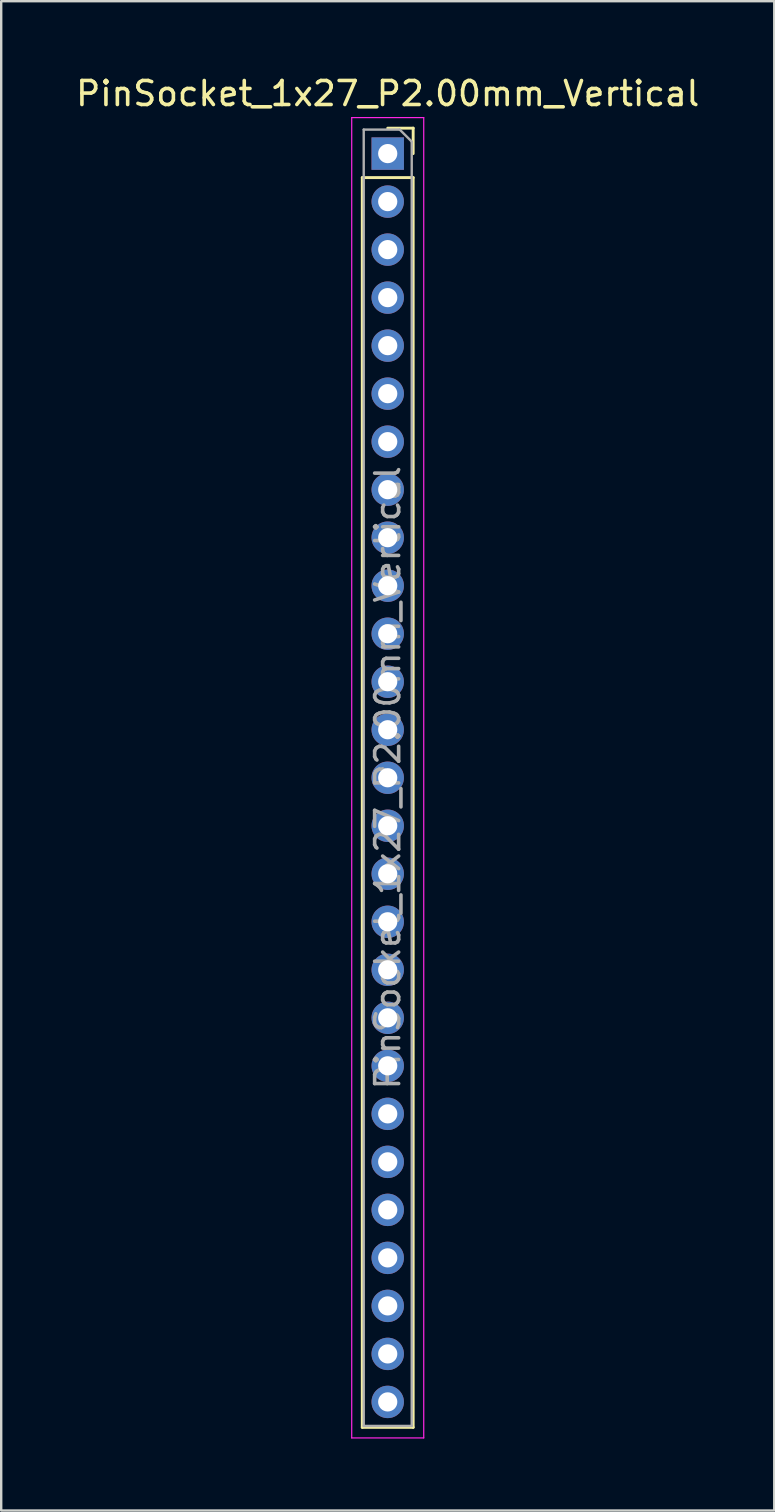
<source format=kicad_pcb>
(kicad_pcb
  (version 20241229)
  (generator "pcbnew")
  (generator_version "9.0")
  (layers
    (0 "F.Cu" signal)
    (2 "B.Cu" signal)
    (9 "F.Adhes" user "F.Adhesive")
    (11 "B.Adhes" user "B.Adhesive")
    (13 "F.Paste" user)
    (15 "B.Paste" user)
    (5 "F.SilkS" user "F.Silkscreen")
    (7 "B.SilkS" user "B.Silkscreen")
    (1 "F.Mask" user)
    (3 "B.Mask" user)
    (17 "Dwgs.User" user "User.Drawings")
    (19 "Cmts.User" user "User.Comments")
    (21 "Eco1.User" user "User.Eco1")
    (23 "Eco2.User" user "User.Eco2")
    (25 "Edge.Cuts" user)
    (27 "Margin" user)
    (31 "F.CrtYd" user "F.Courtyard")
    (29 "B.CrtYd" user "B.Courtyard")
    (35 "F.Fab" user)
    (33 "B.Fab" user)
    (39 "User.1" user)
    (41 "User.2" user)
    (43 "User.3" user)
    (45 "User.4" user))
  (footprint "PinSocket_1x27_P2.00mm_Vertical"
    (layer "F.Cu")
    (at 13.101 3.348)
    (property "Reference" "PinSocket_1x27_P2.00mm_Vertical" (at 0 -2.5 0) (layer "F.SilkS") (effects (font (size 1 1) (thickness 0.15))))
    (attr through_hole)
    (fp_line (start -1.06 1) (end -1.06 53.06) (stroke (width 0.12) (type solid)) (layer "F.SilkS"))
    (fp_line (start -1.06 1) (end 1.06 1) (stroke (width 0.12) (type solid)) (layer "F.SilkS"))
    (fp_line (start -1.06 53.06) (end 1.06 53.06) (stroke (width 0.12) (type solid)) (layer "F.SilkS"))
    (fp_line (start 0 -1.06) (end 1.06 -1.06) (stroke (width 0.12) (type solid)) (layer "F.SilkS"))
    (fp_line (start 1.06 -1.06) (end 1.06 0) (stroke (width 0.12) (type solid)) (layer "F.SilkS"))
    (fp_line (start 1.06 1) (end 1.06 53.06) (stroke (width 0.12) (type solid)) (layer "F.SilkS"))
    (fp_line (start -1.5 -1.5) (end 1.5 -1.5) (stroke (width 0.05) (type solid)) (layer "F.CrtYd"))
    (fp_line (start -1.5 53.5) (end -1.5 -1.5) (stroke (width 0.05) (type solid)) (layer "F.CrtYd"))
    (fp_line (start 1.5 -1.5) (end 1.5 53.5) (stroke (width 0.05) (type solid)) (layer "F.CrtYd"))
    (fp_line (start 1.5 53.5) (end -1.5 53.5) (stroke (width 0.05) (type solid)) (layer "F.CrtYd"))
    (fp_line (start -1 -1) (end 0.5 -1) (stroke (width 0.1) (type solid)) (layer "F.Fab"))
    (fp_line (start -1 53) (end -1 -1) (stroke (width 0.1) (type solid)) (layer "F.Fab"))
    (fp_line (start 0.5 -1) (end 1 -0.5) (stroke (width 0.1) (type solid)) (layer "F.Fab"))
    (fp_line (start 1 -0.5) (end 1 53) (stroke (width 0.1) (type solid)) (layer "F.Fab"))
    (fp_line (start 1 53) (end -1 53) (stroke (width 0.1) (type solid)) (layer "F.Fab"))
    (fp_text user "${REFERENCE}" (at 0 26 90) (layer "F.Fab") (effects (font (size 1 1) (thickness 0.15))))
    (pad "1" thru_hole rect (at 0 0) (size 1.35 1.35) (drill 0.8) (layers "*.Cu" "*.Mask"))
    (pad "2" thru_hole circle (at 0 2) (size 1.35 1.35) (drill 0.8) (layers "*.Cu" "*.Mask"))
    (pad "3" thru_hole circle (at 0 4) (size 1.35 1.35) (drill 0.8) (layers "*.Cu" "*.Mask"))
    (pad "4" thru_hole circle (at 0 6) (size 1.35 1.35) (drill 0.8) (layers "*.Cu" "*.Mask"))
    (pad "5" thru_hole circle (at 0 8) (size 1.35 1.35) (drill 0.8) (layers "*.Cu" "*.Mask"))
    (pad "6" thru_hole circle (at 0 10) (size 1.35 1.35) (drill 0.8) (layers "*.Cu" "*.Mask"))
    (pad "7" thru_hole circle (at 0 12) (size 1.35 1.35) (drill 0.8) (layers "*.Cu" "*.Mask"))
    (pad "8" thru_hole circle (at 0 14) (size 1.35 1.35) (drill 0.8) (layers "*.Cu" "*.Mask"))
    (pad "9" thru_hole circle (at 0 16) (size 1.35 1.35) (drill 0.8) (layers "*.Cu" "*.Mask"))
    (pad "10" thru_hole circle (at 0 18) (size 1.35 1.35) (drill 0.8) (layers "*.Cu" "*.Mask"))
    (pad "11" thru_hole circle (at 0 20) (size 1.35 1.35) (drill 0.8) (layers "*.Cu" "*.Mask"))
    (pad "12" thru_hole circle (at 0 22) (size 1.35 1.35) (drill 0.8) (layers "*.Cu" "*.Mask"))
    (pad "13" thru_hole circle (at 0 24) (size 1.35 1.35) (drill 0.8) (layers "*.Cu" "*.Mask"))
    (pad "14" thru_hole circle (at 0 26) (size 1.35 1.35) (drill 0.8) (layers "*.Cu" "*.Mask"))
    (pad "15" thru_hole circle (at 0 28) (size 1.35 1.35) (drill 0.8) (layers "*.Cu" "*.Mask"))
    (pad "16" thru_hole circle (at 0 30) (size 1.35 1.35) (drill 0.8) (layers "*.Cu" "*.Mask"))
    (pad "17" thru_hole circle (at 0 32) (size 1.35 1.35) (drill 0.8) (layers "*.Cu" "*.Mask"))
    (pad "18" thru_hole circle (at 0 34) (size 1.35 1.35) (drill 0.8) (layers "*.Cu" "*.Mask"))
    (pad "19" thru_hole circle (at 0 36) (size 1.35 1.35) (drill 0.8) (layers "*.Cu" "*.Mask"))
    (pad "20" thru_hole circle (at 0 38) (size 1.35 1.35) (drill 0.8) (layers "*.Cu" "*.Mask"))
    (pad "21" thru_hole circle (at 0 40) (size 1.35 1.35) (drill 0.8) (layers "*.Cu" "*.Mask"))
    (pad "22" thru_hole circle (at 0 42) (size 1.35 1.35) (drill 0.8) (layers "*.Cu" "*.Mask"))
    (pad "23" thru_hole circle (at 0 44) (size 1.35 1.35) (drill 0.8) (layers "*.Cu" "*.Mask"))
    (pad "24" thru_hole circle (at 0 46) (size 1.35 1.35) (drill 0.8) (layers "*.Cu" "*.Mask"))
    (pad "25" thru_hole circle (at 0 48) (size 1.35 1.35) (drill 0.8) (layers "*.Cu" "*.Mask"))
    (pad "26" thru_hole circle (at 0 50) (size 1.35 1.35) (drill 0.8) (layers "*.Cu" "*.Mask"))
    (pad "27" thru_hole circle (at 0 52) (size 1.35 1.35) (drill 0.8) (layers "*.Cu" "*.Mask")))
  (gr_rect
    (start -3 -3)
    (end 29.202 59.873)
    (stroke (width 0.1) (type default))
    (fill no)
    (layer "Edge.Cuts")))
</source>
